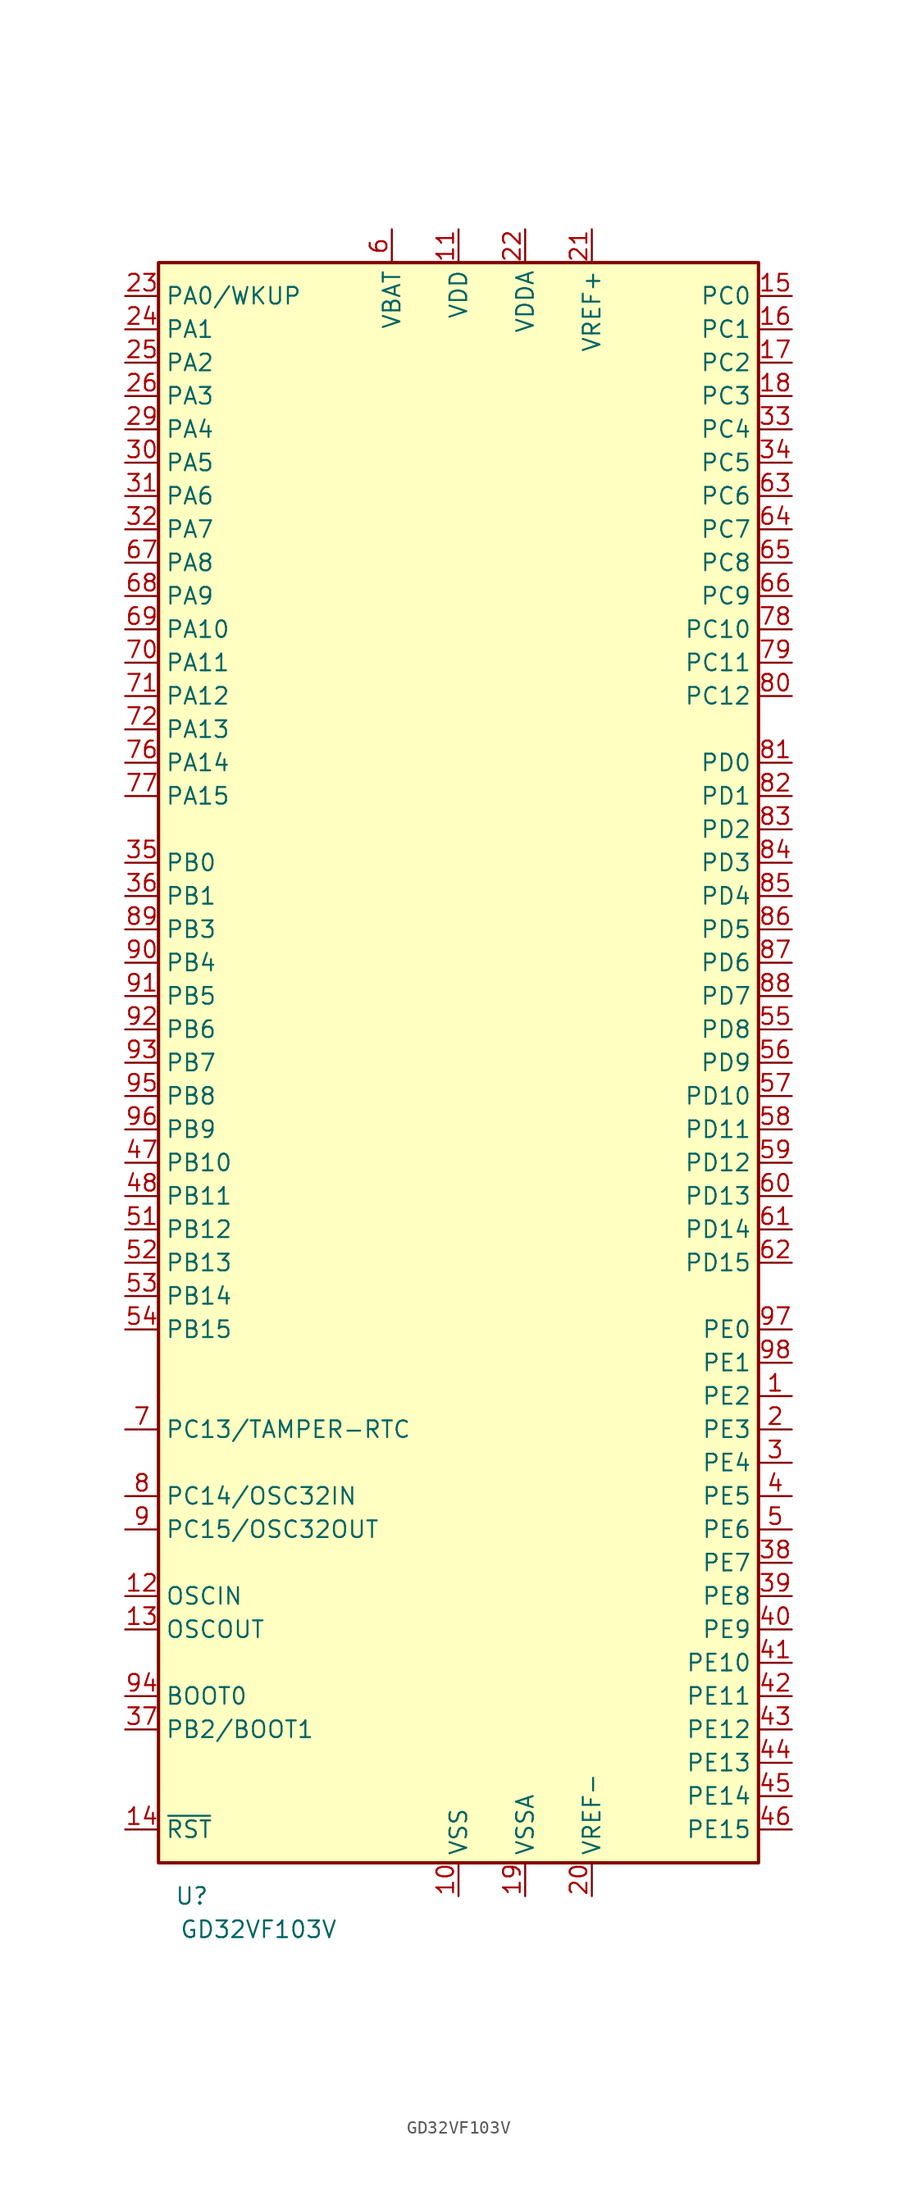
<source format=kicad_sym>
(kicad_symbol_lib
  (version 20211014)
  (generator kicad_symbol_editor)
  (symbol "GD32VF103V"
    (property "Reference" "U"
      (at -20.32 -63.5 0)
      (effects (font (size 1.27 1.27))))
    (property "Value" "GD32VF103V"
      (at -15.24 -66.04 0)
      (effects (font (size 1.27 1.27))))
    (symbol "GD32VF103V_0_1"
      (rectangle (start -22.86 60.96) (end 22.86 -60.96) (stroke (width 0.254) (type default) (color 0 0 0 0)) (fill (type background))))
    (symbol "GD32VF103V_1_1"
      (pin bidirectional line (at 25.4 -25.4 180) (length 2.54) (name "PE2" (effects (font (size 1.27 1.27)))) (number "1" (effects (font (size 1.27 1.27)))))
      (pin power_in line (at 0 -63.5 90) (length 2.54) (name "VSS" (effects (font (size 1.27 1.27)))) (number "10" (effects (font (size 1.27 1.27)))))
      (pin passive line (at 0 63.5 270) (length 2.54) hide (name "VDD" (effects (font (size 1.27 1.27)))) (number "100" (effects (font (size 1.27 1.27)))))
      (pin power_in line (at 0 63.5 270) (length 2.54) (name "VDD" (effects (font (size 1.27 1.27)))) (number "11" (effects (font (size 1.27 1.27)))))
      (pin input line (at -25.4 -40.64 0) (length 2.54) (name "OSCIN" (effects (font (size 1.27 1.27)))) (number "12" (effects (font (size 1.27 1.27)))))
      (pin output line (at -25.4 -43.18 0) (length 2.54) (name "OSCOUT" (effects (font (size 1.27 1.27)))) (number "13" (effects (font (size 1.27 1.27)))))
      (pin input line (at -25.4 -58.42 0) (length 2.54) (name "~{RST}" (effects (font (size 1.27 1.27)))) (number "14" (effects (font (size 1.27 1.27)))))
      (pin bidirectional line (at 25.4 58.42 180) (length 2.54) (name "PC0" (effects (font (size 1.27 1.27)))) (number "15" (effects (font (size 1.27 1.27)))))
      (pin bidirectional line (at 25.4 55.88 180) (length 2.54) (name "PC1" (effects (font (size 1.27 1.27)))) (number "16" (effects (font (size 1.27 1.27)))))
      (pin bidirectional line (at 25.4 53.34 180) (length 2.54) (name "PC2" (effects (font (size 1.27 1.27)))) (number "17" (effects (font (size 1.27 1.27)))))
      (pin bidirectional line (at 25.4 50.8 180) (length 2.54) (name "PC3" (effects (font (size 1.27 1.27)))) (number "18" (effects (font (size 1.27 1.27)))))
      (pin power_in line (at 5.08 -63.5 90) (length 2.54) (name "VSSA" (effects (font (size 1.27 1.27)))) (number "19" (effects (font (size 1.27 1.27)))))
      (pin bidirectional line (at 25.4 -27.94 180) (length 2.54) (name "PE3" (effects (font (size 1.27 1.27)))) (number "2" (effects (font (size 1.27 1.27)))))
      (pin power_in line (at 10.16 -63.5 90) (length 2.54) (name "VREF-" (effects (font (size 1.27 1.27)))) (number "20" (effects (font (size 1.27 1.27)))))
      (pin power_in line (at 10.16 63.5 270) (length 2.54) (name "VREF+" (effects (font (size 1.27 1.27)))) (number "21" (effects (font (size 1.27 1.27)))))
      (pin power_in line (at 5.08 63.5 270) (length 2.54) (name "VDDA" (effects (font (size 1.27 1.27)))) (number "22" (effects (font (size 1.27 1.27)))))
      (pin bidirectional line (at -25.4 58.42 0) (length 2.54) (name "PA0/WKUP" (effects (font (size 1.27 1.27)))) (number "23" (effects (font (size 1.27 1.27)))))
      (pin bidirectional line (at -25.4 55.88 0) (length 2.54) (name "PA1" (effects (font (size 1.27 1.27)))) (number "24" (effects (font (size 1.27 1.27)))))
      (pin bidirectional line (at -25.4 53.34 0) (length 2.54) (name "PA2" (effects (font (size 1.27 1.27)))) (number "25" (effects (font (size 1.27 1.27)))))
      (pin bidirectional line (at -25.4 50.8 0) (length 2.54) (name "PA3" (effects (font (size 1.27 1.27)))) (number "26" (effects (font (size 1.27 1.27)))))
      (pin passive line (at 0 -63.5 90) (length 2.54) hide (name "VSS" (effects (font (size 1.27 1.27)))) (number "27" (effects (font (size 1.27 1.27)))))
      (pin passive line (at 0 63.5 270) (length 2.54) hide (name "VDD" (effects (font (size 1.27 1.27)))) (number "28" (effects (font (size 1.27 1.27)))))
      (pin bidirectional line (at -25.4 48.26 0) (length 2.54) (name "PA4" (effects (font (size 1.27 1.27)))) (number "29" (effects (font (size 1.27 1.27)))))
      (pin bidirectional line (at 25.4 -30.48 180) (length 2.54) (name "PE4" (effects (font (size 1.27 1.27)))) (number "3" (effects (font (size 1.27 1.27)))))
      (pin bidirectional line (at -25.4 45.72 0) (length 2.54) (name "PA5" (effects (font (size 1.27 1.27)))) (number "30" (effects (font (size 1.27 1.27)))))
      (pin bidirectional line (at -25.4 43.18 0) (length 2.54) (name "PA6" (effects (font (size 1.27 1.27)))) (number "31" (effects (font (size 1.27 1.27)))))
      (pin bidirectional line (at -25.4 40.64 0) (length 2.54) (name "PA7" (effects (font (size 1.27 1.27)))) (number "32" (effects (font (size 1.27 1.27)))))
      (pin bidirectional line (at 25.4 48.26 180) (length 2.54) (name "PC4" (effects (font (size 1.27 1.27)))) (number "33" (effects (font (size 1.27 1.27)))))
      (pin bidirectional line (at 25.4 45.72 180) (length 2.54) (name "PC5" (effects (font (size 1.27 1.27)))) (number "34" (effects (font (size 1.27 1.27)))))
      (pin bidirectional line (at -25.4 15.24 0) (length 2.54) (name "PB0" (effects (font (size 1.27 1.27)))) (number "35" (effects (font (size 1.27 1.27)))))
      (pin bidirectional line (at -25.4 12.7 0) (length 2.54) (name "PB1" (effects (font (size 1.27 1.27)))) (number "36" (effects (font (size 1.27 1.27)))))
      (pin bidirectional line (at -25.4 -50.8 0) (length 2.54) (name "PB2/BOOT1" (effects (font (size 1.27 1.27)))) (number "37" (effects (font (size 1.27 1.27)))))
      (pin bidirectional line (at 25.4 -38.1 180) (length 2.54) (name "PE7" (effects (font (size 1.27 1.27)))) (number "38" (effects (font (size 1.27 1.27)))))
      (pin bidirectional line (at 25.4 -40.64 180) (length 2.54) (name "PE8" (effects (font (size 1.27 1.27)))) (number "39" (effects (font (size 1.27 1.27)))))
      (pin bidirectional line (at 25.4 -33.02 180) (length 2.54) (name "PE5" (effects (font (size 1.27 1.27)))) (number "4" (effects (font (size 1.27 1.27)))))
      (pin bidirectional line (at 25.4 -43.18 180) (length 2.54) (name "PE9" (effects (font (size 1.27 1.27)))) (number "40" (effects (font (size 1.27 1.27)))))
      (pin bidirectional line (at 25.4 -45.72 180) (length 2.54) (name "PE10" (effects (font (size 1.27 1.27)))) (number "41" (effects (font (size 1.27 1.27)))))
      (pin bidirectional line (at 25.4 -48.26 180) (length 2.54) (name "PE11" (effects (font (size 1.27 1.27)))) (number "42" (effects (font (size 1.27 1.27)))))
      (pin bidirectional line (at 25.4 -50.8 180) (length 2.54) (name "PE12" (effects (font (size 1.27 1.27)))) (number "43" (effects (font (size 1.27 1.27)))))
      (pin bidirectional line (at 25.4 -53.34 180) (length 2.54) (name "PE13" (effects (font (size 1.27 1.27)))) (number "44" (effects (font (size 1.27 1.27)))))
      (pin bidirectional line (at 25.4 -55.88 180) (length 2.54) (name "PE14" (effects (font (size 1.27 1.27)))) (number "45" (effects (font (size 1.27 1.27)))))
      (pin bidirectional line (at 25.4 -58.42 180) (length 2.54) (name "PE15" (effects (font (size 1.27 1.27)))) (number "46" (effects (font (size 1.27 1.27)))))
      (pin bidirectional line (at -25.4 -7.62 0) (length 2.54) (name "PB10" (effects (font (size 1.27 1.27)))) (number "47" (effects (font (size 1.27 1.27)))))
      (pin bidirectional line (at -25.4 -10.16 0) (length 2.54) (name "PB11" (effects (font (size 1.27 1.27)))) (number "48" (effects (font (size 1.27 1.27)))))
      (pin passive line (at 0 -63.5 90) (length 2.54) hide (name "VSS" (effects (font (size 1.27 1.27)))) (number "49" (effects (font (size 1.27 1.27)))))
      (pin bidirectional line (at 25.4 -35.56 180) (length 2.54) (name "PE6" (effects (font (size 1.27 1.27)))) (number "5" (effects (font (size 1.27 1.27)))))
      (pin passive line (at 0 63.5 270) (length 2.54) hide (name "VDD" (effects (font (size 1.27 1.27)))) (number "50" (effects (font (size 1.27 1.27)))))
      (pin bidirectional line (at -25.4 -12.7 0) (length 2.54) (name "PB12" (effects (font (size 1.27 1.27)))) (number "51" (effects (font (size 1.27 1.27)))))
      (pin bidirectional line (at -25.4 -15.24 0) (length 2.54) (name "PB13" (effects (font (size 1.27 1.27)))) (number "52" (effects (font (size 1.27 1.27)))))
      (pin bidirectional line (at -25.4 -17.78 0) (length 2.54) (name "PB14" (effects (font (size 1.27 1.27)))) (number "53" (effects (font (size 1.27 1.27)))))
      (pin bidirectional line (at -25.4 -20.32 0) (length 2.54) (name "PB15" (effects (font (size 1.27 1.27)))) (number "54" (effects (font (size 1.27 1.27)))))
      (pin bidirectional line (at 25.4 2.54 180) (length 2.54) (name "PD8" (effects (font (size 1.27 1.27)))) (number "55" (effects (font (size 1.27 1.27)))))
      (pin bidirectional line (at 25.4 0 180) (length 2.54) (name "PD9" (effects (font (size 1.27 1.27)))) (number "56" (effects (font (size 1.27 1.27)))))
      (pin bidirectional line (at 25.4 -2.54 180) (length 2.54) (name "PD10" (effects (font (size 1.27 1.27)))) (number "57" (effects (font (size 1.27 1.27)))))
      (pin bidirectional line (at 25.4 -5.08 180) (length 2.54) (name "PD11" (effects (font (size 1.27 1.27)))) (number "58" (effects (font (size 1.27 1.27)))))
      (pin bidirectional line (at 25.4 -7.62 180) (length 2.54) (name "PD12" (effects (font (size 1.27 1.27)))) (number "59" (effects (font (size 1.27 1.27)))))
      (pin power_in line (at -5.08 63.5 270) (length 2.54) (name "VBAT" (effects (font (size 1.27 1.27)))) (number "6" (effects (font (size 1.27 1.27)))))
      (pin bidirectional line (at 25.4 -10.16 180) (length 2.54) (name "PD13" (effects (font (size 1.27 1.27)))) (number "60" (effects (font (size 1.27 1.27)))))
      (pin bidirectional line (at 25.4 -12.7 180) (length 2.54) (name "PD14" (effects (font (size 1.27 1.27)))) (number "61" (effects (font (size 1.27 1.27)))))
      (pin bidirectional line (at 25.4 -15.24 180) (length 2.54) (name "PD15" (effects (font (size 1.27 1.27)))) (number "62" (effects (font (size 1.27 1.27)))))
      (pin bidirectional line (at 25.4 43.18 180) (length 2.54) (name "PC6" (effects (font (size 1.27 1.27)))) (number "63" (effects (font (size 1.27 1.27)))))
      (pin bidirectional line (at 25.4 40.64 180) (length 2.54) (name "PC7" (effects (font (size 1.27 1.27)))) (number "64" (effects (font (size 1.27 1.27)))))
      (pin bidirectional line (at 25.4 38.1 180) (length 2.54) (name "PC8" (effects (font (size 1.27 1.27)))) (number "65" (effects (font (size 1.27 1.27)))))
      (pin bidirectional line (at 25.4 35.56 180) (length 2.54) (name "PC9" (effects (font (size 1.27 1.27)))) (number "66" (effects (font (size 1.27 1.27)))))
      (pin bidirectional line (at -25.4 38.1 0) (length 2.54) (name "PA8" (effects (font (size 1.27 1.27)))) (number "67" (effects (font (size 1.27 1.27)))))
      (pin bidirectional line (at -25.4 35.56 0) (length 2.54) (name "PA9" (effects (font (size 1.27 1.27)))) (number "68" (effects (font (size 1.27 1.27)))))
      (pin bidirectional line (at -25.4 33.02 0) (length 2.54) (name "PA10" (effects (font (size 1.27 1.27)))) (number "69" (effects (font (size 1.27 1.27)))))
      (pin bidirectional line (at -25.4 -27.94 0) (length 2.54) (name "PC13/TAMPER-RTC" (effects (font (size 1.27 1.27)))) (number "7" (effects (font (size 1.27 1.27)))))
      (pin bidirectional line (at -25.4 30.48 0) (length 2.54) (name "PA11" (effects (font (size 1.27 1.27)))) (number "70" (effects (font (size 1.27 1.27)))))
      (pin bidirectional line (at -25.4 27.94 0) (length 2.54) (name "PA12" (effects (font (size 1.27 1.27)))) (number "71" (effects (font (size 1.27 1.27)))))
      (pin bidirectional line (at -25.4 25.4 0) (length 2.54) (name "PA13" (effects (font (size 1.27 1.27)))) (number "72" (effects (font (size 1.27 1.27)))))
      (pin no_connect line (at -5.08 -60.96 90) (length 2.54) hide (name "NC" (effects (font (size 1.27 1.27)))) (number "73" (effects (font (size 1.27 1.27)))))
      (pin passive line (at 0 -63.5 90) (length 2.54) hide (name "VSS" (effects (font (size 1.27 1.27)))) (number "74" (effects (font (size 1.27 1.27)))))
      (pin passive line (at 0 63.5 270) (length 2.54) hide (name "VDD" (effects (font (size 1.27 1.27)))) (number "75" (effects (font (size 1.27 1.27)))))
      (pin bidirectional line (at -25.4 22.86 0) (length 2.54) (name "PA14" (effects (font (size 1.27 1.27)))) (number "76" (effects (font (size 1.27 1.27)))))
      (pin bidirectional line (at -25.4 20.32 0) (length 2.54) (name "PA15" (effects (font (size 1.27 1.27)))) (number "77" (effects (font (size 1.27 1.27)))))
      (pin bidirectional line (at 25.4 33.02 180) (length 2.54) (name "PC10" (effects (font (size 1.27 1.27)))) (number "78" (effects (font (size 1.27 1.27)))))
      (pin bidirectional line (at 25.4 30.48 180) (length 2.54) (name "PC11" (effects (font (size 1.27 1.27)))) (number "79" (effects (font (size 1.27 1.27)))))
      (pin bidirectional line (at -25.4 -33.02 0) (length 2.54) (name "PC14/OSC32IN" (effects (font (size 1.27 1.27)))) (number "8" (effects (font (size 1.27 1.27)))))
      (pin bidirectional line (at 25.4 27.94 180) (length 2.54) (name "PC12" (effects (font (size 1.27 1.27)))) (number "80" (effects (font (size 1.27 1.27)))))
      (pin bidirectional line (at 25.4 22.86 180) (length 2.54) (name "PD0" (effects (font (size 1.27 1.27)))) (number "81" (effects (font (size 1.27 1.27)))))
      (pin bidirectional line (at 25.4 20.32 180) (length 2.54) (name "PD1" (effects (font (size 1.27 1.27)))) (number "82" (effects (font (size 1.27 1.27)))))
      (pin bidirectional line (at 25.4 17.78 180) (length 2.54) (name "PD2" (effects (font (size 1.27 1.27)))) (number "83" (effects (font (size 1.27 1.27)))))
      (pin bidirectional line (at 25.4 15.24 180) (length 2.54) (name "PD3" (effects (font (size 1.27 1.27)))) (number "84" (effects (font (size 1.27 1.27)))))
      (pin bidirectional line (at 25.4 12.7 180) (length 2.54) (name "PD4" (effects (font (size 1.27 1.27)))) (number "85" (effects (font (size 1.27 1.27)))))
      (pin bidirectional line (at 25.4 10.16 180) (length 2.54) (name "PD5" (effects (font (size 1.27 1.27)))) (number "86" (effects (font (size 1.27 1.27)))))
      (pin bidirectional line (at 25.4 7.62 180) (length 2.54) (name "PD6" (effects (font (size 1.27 1.27)))) (number "87" (effects (font (size 1.27 1.27)))))
      (pin bidirectional line (at 25.4 5.08 180) (length 2.54) (name "PD7" (effects (font (size 1.27 1.27)))) (number "88" (effects (font (size 1.27 1.27)))))
      (pin bidirectional line (at -25.4 10.16 0) (length 2.54) (name "PB3" (effects (font (size 1.27 1.27)))) (number "89" (effects (font (size 1.27 1.27)))))
      (pin bidirectional line (at -25.4 -35.56 0) (length 2.54) (name "PC15/OSC32OUT" (effects (font (size 1.27 1.27)))) (number "9" (effects (font (size 1.27 1.27)))))
      (pin bidirectional line (at -25.4 7.62 0) (length 2.54) (name "PB4" (effects (font (size 1.27 1.27)))) (number "90" (effects (font (size 1.27 1.27)))))
      (pin bidirectional line (at -25.4 5.08 0) (length 2.54) (name "PB5" (effects (font (size 1.27 1.27)))) (number "91" (effects (font (size 1.27 1.27)))))
      (pin bidirectional line (at -25.4 2.54 0) (length 2.54) (name "PB6" (effects (font (size 1.27 1.27)))) (number "92" (effects (font (size 1.27 1.27)))))
      (pin bidirectional line (at -25.4 0 0) (length 2.54) (name "PB7" (effects (font (size 1.27 1.27)))) (number "93" (effects (font (size 1.27 1.27)))))
      (pin input line (at -25.4 -48.26 0) (length 2.54) (name "BOOT0" (effects (font (size 1.27 1.27)))) (number "94" (effects (font (size 1.27 1.27)))))
      (pin bidirectional line (at -25.4 -2.54 0) (length 2.54) (name "PB8" (effects (font (size 1.27 1.27)))) (number "95" (effects (font (size 1.27 1.27)))))
      (pin bidirectional line (at -25.4 -5.08 0) (length 2.54) (name "PB9" (effects (font (size 1.27 1.27)))) (number "96" (effects (font (size 1.27 1.27)))))
      (pin bidirectional line (at 25.4 -20.32 180) (length 2.54) (name "PE0" (effects (font (size 1.27 1.27)))) (number "97" (effects (font (size 1.27 1.27)))))
      (pin bidirectional line (at 25.4 -22.86 180) (length 2.54) (name "PE1" (effects (font (size 1.27 1.27)))) (number "98" (effects (font (size 1.27 1.27)))))
      (pin passive line (at 0 -63.5 90) (length 2.54) hide (name "VSS" (effects (font (size 1.27 1.27)))) (number "99" (effects (font (size 1.27 1.27))))))))
</source>
